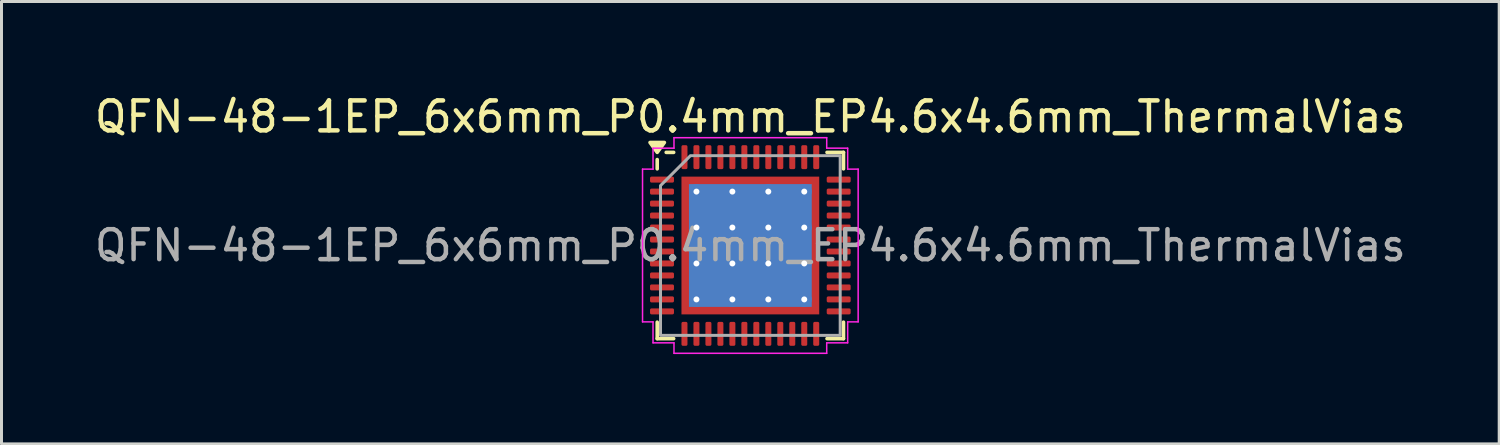
<source format=kicad_pcb>
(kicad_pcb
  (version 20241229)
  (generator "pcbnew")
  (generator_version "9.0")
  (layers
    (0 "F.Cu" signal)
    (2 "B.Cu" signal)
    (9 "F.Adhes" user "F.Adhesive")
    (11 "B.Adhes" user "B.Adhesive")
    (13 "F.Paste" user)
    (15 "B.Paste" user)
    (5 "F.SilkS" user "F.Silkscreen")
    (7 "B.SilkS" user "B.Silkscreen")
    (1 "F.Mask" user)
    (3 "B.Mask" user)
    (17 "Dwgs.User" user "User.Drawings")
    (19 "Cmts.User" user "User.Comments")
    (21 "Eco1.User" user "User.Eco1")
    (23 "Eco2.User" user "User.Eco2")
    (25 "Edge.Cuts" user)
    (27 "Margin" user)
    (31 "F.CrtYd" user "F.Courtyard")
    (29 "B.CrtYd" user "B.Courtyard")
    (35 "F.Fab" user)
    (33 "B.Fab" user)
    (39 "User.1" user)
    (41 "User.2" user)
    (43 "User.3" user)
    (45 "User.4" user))
  (footprint "QFN-48-1EP_6x6mm_P0.4mm_EP4.6x4.6mm_ThermalVias"
    (layer "F.Cu")
    (at 22.006 5.148)
    (property "Reference" "QFN-48-1EP_6x6mm_P0.4mm_EP4.6x4.6mm_ThermalVias" (at 0 -4.3 0) (layer "F.SilkS") (effects (font (size 1 1) (thickness 0.15))))
    (attr smd)
    (fp_line (start -3.11 -2.56) (end -3.11 -2.87) (stroke (width 0.12) (type solid)) (layer "F.SilkS"))
    (fp_line (start -3.11 3.11) (end -3.11 2.56) (stroke (width 0.12) (type solid)) (layer "F.SilkS"))
    (fp_line (start -2.56 -3.11) (end -2.81 -3.11) (stroke (width 0.12) (type solid)) (layer "F.SilkS"))
    (fp_line (start -2.56 3.11) (end -3.11 3.11) (stroke (width 0.12) (type solid)) (layer "F.SilkS"))
    (fp_line (start 2.56 -3.11) (end 3.11 -3.11) (stroke (width 0.12) (type solid)) (layer "F.SilkS"))
    (fp_line (start 2.56 3.11) (end 3.11 3.11) (stroke (width 0.12) (type solid)) (layer "F.SilkS"))
    (fp_line (start 3.11 -3.11) (end 3.11 -2.56) (stroke (width 0.12) (type solid)) (layer "F.SilkS"))
    (fp_line (start 3.11 3.11) (end 3.11 2.56) (stroke (width 0.12) (type solid)) (layer "F.SilkS"))
    (fp_poly (pts (xy -3.11 -3.11) (xy -3.35 -3.44) (xy -2.87 -3.44)) (stroke (width 0.12) (type solid)) (fill yes) (layer "F.SilkS"))
    (fp_line (start -3.6 -2.55) (end -3.25 -2.55) (stroke (width 0.05) (type solid)) (layer "F.CrtYd"))
    (fp_line (start -3.6 2.55) (end -3.6 -2.55) (stroke (width 0.05) (type solid)) (layer "F.CrtYd"))
    (fp_line (start -3.25 -3.25) (end -2.55 -3.25) (stroke (width 0.05) (type solid)) (layer "F.CrtYd"))
    (fp_line (start -3.25 -2.55) (end -3.25 -3.25) (stroke (width 0.05) (type solid)) (layer "F.CrtYd"))
    (fp_line (start -3.25 2.55) (end -3.6 2.55) (stroke (width 0.05) (type solid)) (layer "F.CrtYd"))
    (fp_line (start -3.25 3.25) (end -3.25 2.55) (stroke (width 0.05) (type solid)) (layer "F.CrtYd"))
    (fp_line (start -2.55 -3.6) (end 2.55 -3.6) (stroke (width 0.05) (type solid)) (layer "F.CrtYd"))
    (fp_line (start -2.55 -3.25) (end -2.55 -3.6) (stroke (width 0.05) (type solid)) (layer "F.CrtYd"))
    (fp_line (start -2.55 3.25) (end -3.25 3.25) (stroke (width 0.05) (type solid)) (layer "F.CrtYd"))
    (fp_line (start -2.55 3.6) (end -2.55 3.25) (stroke (width 0.05) (type solid)) (layer "F.CrtYd"))
    (fp_line (start 2.55 -3.6) (end 2.55 -3.25) (stroke (width 0.05) (type solid)) (layer "F.CrtYd"))
    (fp_line (start 2.55 -3.25) (end 3.25 -3.25) (stroke (width 0.05) (type solid)) (layer "F.CrtYd"))
    (fp_line (start 2.55 3.25) (end 2.55 3.6) (stroke (width 0.05) (type solid)) (layer "F.CrtYd"))
    (fp_line (start 2.55 3.6) (end -2.55 3.6) (stroke (width 0.05) (type solid)) (layer "F.CrtYd"))
    (fp_line (start 3.25 -3.25) (end 3.25 -2.55) (stroke (width 0.05) (type solid)) (layer "F.CrtYd"))
    (fp_line (start 3.25 -2.55) (end 3.6 -2.55) (stroke (width 0.05) (type solid)) (layer "F.CrtYd"))
    (fp_line (start 3.25 2.55) (end 3.25 3.25) (stroke (width 0.05) (type solid)) (layer "F.CrtYd"))
    (fp_line (start 3.25 3.25) (end 2.55 3.25) (stroke (width 0.05) (type solid)) (layer "F.CrtYd"))
    (fp_line (start 3.6 -2.55) (end 3.6 2.55) (stroke (width 0.05) (type solid)) (layer "F.CrtYd"))
    (fp_line (start 3.6 2.55) (end 3.25 2.55) (stroke (width 0.05) (type solid)) (layer "F.CrtYd"))
    (fp_poly (pts (xy -3 -2) (xy -3 3) (xy 3 3) (xy 3 -3) (xy -2 -3)) (stroke (width 0.1) (type solid)) (fill no) (layer "F.Fab"))
    (fp_text user "${REFERENCE}" (at 0 0 0) (layer "F.Fab") (effects (font (size 1 1) (thickness 0.15))))
    (pad "" smd roundrect (at -1.53 -1.53) (size 1.24 1.24) (layers "F.Paste") (roundrect_rratio 0.202))
    (pad "" smd roundrect (at -1.53 0) (size 1.24 1.24) (layers "F.Paste") (roundrect_rratio 0.202))
    (pad "" smd roundrect (at -1.53 1.53) (size 1.24 1.24) (layers "F.Paste") (roundrect_rratio 0.202))
    (pad "" smd roundrect (at 0 -1.53) (size 1.24 1.24) (layers "F.Paste") (roundrect_rratio 0.202))
    (pad "" smd roundrect (at 0 0) (size 1.24 1.24) (layers "F.Paste") (roundrect_rratio 0.202))
    (pad "" smd roundrect (at 0 1.53) (size 1.24 1.24) (layers "F.Paste") (roundrect_rratio 0.202))
    (pad "" smd roundrect (at 1.53 -1.53) (size 1.24 1.24) (layers "F.Paste") (roundrect_rratio 0.202))
    (pad "" smd roundrect (at 1.53 0) (size 1.24 1.24) (layers "F.Paste") (roundrect_rratio 0.202))
    (pad "" smd roundrect (at 1.53 1.53) (size 1.24 1.24) (layers "F.Paste") (roundrect_rratio 0.202))
    (pad "1" smd roundrect (at -2.95 -2.2) (size 0.8 0.2) (layers "F.Cu" "F.Mask" "F.Paste") (roundrect_rratio 0.25))
    (pad "2" smd roundrect (at -2.95 -1.8) (size 0.8 0.2) (layers "F.Cu" "F.Mask" "F.Paste") (roundrect_rratio 0.25))
    (pad "3" smd roundrect (at -2.95 -1.4) (size 0.8 0.2) (layers "F.Cu" "F.Mask" "F.Paste") (roundrect_rratio 0.25))
    (pad "4" smd roundrect (at -2.95 -1) (size 0.8 0.2) (layers "F.Cu" "F.Mask" "F.Paste") (roundrect_rratio 0.25))
    (pad "5" smd roundrect (at -2.95 -0.6) (size 0.8 0.2) (layers "F.Cu" "F.Mask" "F.Paste") (roundrect_rratio 0.25))
    (pad "6" smd roundrect (at -2.95 -0.2) (size 0.8 0.2) (layers "F.Cu" "F.Mask" "F.Paste") (roundrect_rratio 0.25))
    (pad "7" smd roundrect (at -2.95 0.2) (size 0.8 0.2) (layers "F.Cu" "F.Mask" "F.Paste") (roundrect_rratio 0.25))
    (pad "8" smd roundrect (at -2.95 0.6) (size 0.8 0.2) (layers "F.Cu" "F.Mask" "F.Paste") (roundrect_rratio 0.25))
    (pad "9" smd roundrect (at -2.95 1) (size 0.8 0.2) (layers "F.Cu" "F.Mask" "F.Paste") (roundrect_rratio 0.25))
    (pad "10" smd roundrect (at -2.95 1.4) (size 0.8 0.2) (layers "F.Cu" "F.Mask" "F.Paste") (roundrect_rratio 0.25))
    (pad "11" smd roundrect (at -2.95 1.8) (size 0.8 0.2) (layers "F.Cu" "F.Mask" "F.Paste") (roundrect_rratio 0.25))
    (pad "12" smd roundrect (at -2.95 2.2) (size 0.8 0.2) (layers "F.Cu" "F.Mask" "F.Paste") (roundrect_rratio 0.25))
    (pad "13" smd roundrect (at -2.2 2.95) (size 0.2 0.8) (layers "F.Cu" "F.Mask" "F.Paste") (roundrect_rratio 0.25))
    (pad "14" smd roundrect (at -1.8 2.95) (size 0.2 0.8) (layers "F.Cu" "F.Mask" "F.Paste") (roundrect_rratio 0.25))
    (pad "15" smd roundrect (at -1.4 2.95) (size 0.2 0.8) (layers "F.Cu" "F.Mask" "F.Paste") (roundrect_rratio 0.25))
    (pad "16" smd roundrect (at -1 2.95) (size 0.2 0.8) (layers "F.Cu" "F.Mask" "F.Paste") (roundrect_rratio 0.25))
    (pad "17" smd roundrect (at -0.6 2.95) (size 0.2 0.8) (layers "F.Cu" "F.Mask" "F.Paste") (roundrect_rratio 0.25))
    (pad "18" smd roundrect (at -0.2 2.95) (size 0.2 0.8) (layers "F.Cu" "F.Mask" "F.Paste") (roundrect_rratio 0.25))
    (pad "19" smd roundrect (at 0.2 2.95) (size 0.2 0.8) (layers "F.Cu" "F.Mask" "F.Paste") (roundrect_rratio 0.25))
    (pad "20" smd roundrect (at 0.6 2.95) (size 0.2 0.8) (layers "F.Cu" "F.Mask" "F.Paste") (roundrect_rratio 0.25))
    (pad "21" smd roundrect (at 1 2.95) (size 0.2 0.8) (layers "F.Cu" "F.Mask" "F.Paste") (roundrect_rratio 0.25))
    (pad "22" smd roundrect (at 1.4 2.95) (size 0.2 0.8) (layers "F.Cu" "F.Mask" "F.Paste") (roundrect_rratio 0.25))
    (pad "23" smd roundrect (at 1.8 2.95) (size 0.2 0.8) (layers "F.Cu" "F.Mask" "F.Paste") (roundrect_rratio 0.25))
    (pad "24" smd roundrect (at 2.2 2.95) (size 0.2 0.8) (layers "F.Cu" "F.Mask" "F.Paste") (roundrect_rratio 0.25))
    (pad "25" smd roundrect (at 2.95 2.2) (size 0.8 0.2) (layers "F.Cu" "F.Mask" "F.Paste") (roundrect_rratio 0.25))
    (pad "26" smd roundrect (at 2.95 1.8) (size 0.8 0.2) (layers "F.Cu" "F.Mask" "F.Paste") (roundrect_rratio 0.25))
    (pad "27" smd roundrect (at 2.95 1.4) (size 0.8 0.2) (layers "F.Cu" "F.Mask" "F.Paste") (roundrect_rratio 0.25))
    (pad "28" smd roundrect (at 2.95 1) (size 0.8 0.2) (layers "F.Cu" "F.Mask" "F.Paste") (roundrect_rratio 0.25))
    (pad "29" smd roundrect (at 2.95 0.6) (size 0.8 0.2) (layers "F.Cu" "F.Mask" "F.Paste") (roundrect_rratio 0.25))
    (pad "30" smd roundrect (at 2.95 0.2) (size 0.8 0.2) (layers "F.Cu" "F.Mask" "F.Paste") (roundrect_rratio 0.25))
    (pad "31" smd roundrect (at 2.95 -0.2) (size 0.8 0.2) (layers "F.Cu" "F.Mask" "F.Paste") (roundrect_rratio 0.25))
    (pad "32" smd roundrect (at 2.95 -0.6) (size 0.8 0.2) (layers "F.Cu" "F.Mask" "F.Paste") (roundrect_rratio 0.25))
    (pad "33" smd roundrect (at 2.95 -1) (size 0.8 0.2) (layers "F.Cu" "F.Mask" "F.Paste") (roundrect_rratio 0.25))
    (pad "34" smd roundrect (at 2.95 -1.4) (size 0.8 0.2) (layers "F.Cu" "F.Mask" "F.Paste") (roundrect_rratio 0.25))
    (pad "35" smd roundrect (at 2.95 -1.8) (size 0.8 0.2) (layers "F.Cu" "F.Mask" "F.Paste") (roundrect_rratio 0.25))
    (pad "36" smd roundrect (at 2.95 -2.2) (size 0.8 0.2) (layers "F.Cu" "F.Mask" "F.Paste") (roundrect_rratio 0.25))
    (pad "37" smd roundrect (at 2.2 -2.95) (size 0.2 0.8) (layers "F.Cu" "F.Mask" "F.Paste") (roundrect_rratio 0.25))
    (pad "38" smd roundrect (at 1.8 -2.95) (size 0.2 0.8) (layers "F.Cu" "F.Mask" "F.Paste") (roundrect_rratio 0.25))
    (pad "39" smd roundrect (at 1.4 -2.95) (size 0.2 0.8) (layers "F.Cu" "F.Mask" "F.Paste") (roundrect_rratio 0.25))
    (pad "40" smd roundrect (at 1 -2.95) (size 0.2 0.8) (layers "F.Cu" "F.Mask" "F.Paste") (roundrect_rratio 0.25))
    (pad "41" smd roundrect (at 0.6 -2.95) (size 0.2 0.8) (layers "F.Cu" "F.Mask" "F.Paste") (roundrect_rratio 0.25))
    (pad "42" smd roundrect (at 0.2 -2.95) (size 0.2 0.8) (layers "F.Cu" "F.Mask" "F.Paste") (roundrect_rratio 0.25))
    (pad "43" smd roundrect (at -0.2 -2.95) (size 0.2 0.8) (layers "F.Cu" "F.Mask" "F.Paste") (roundrect_rratio 0.25))
    (pad "44" smd roundrect (at -0.6 -2.95) (size 0.2 0.8) (layers "F.Cu" "F.Mask" "F.Paste") (roundrect_rratio 0.25))
    (pad "45" smd roundrect (at -1 -2.95) (size 0.2 0.8) (layers "F.Cu" "F.Mask" "F.Paste") (roundrect_rratio 0.25))
    (pad "46" smd roundrect (at -1.4 -2.95) (size 0.2 0.8) (layers "F.Cu" "F.Mask" "F.Paste") (roundrect_rratio 0.25))
    (pad "47" smd roundrect (at -1.8 -2.95) (size 0.2 0.8) (layers "F.Cu" "F.Mask" "F.Paste") (roundrect_rratio 0.25))
    (pad "48" smd roundrect (at -2.2 -2.95) (size 0.2 0.8) (layers "F.Cu" "F.Mask" "F.Paste") (roundrect_rratio 0.25))
    (pad "49" thru_hole circle (at -1.8 -1.8) (size 0.5 0.5) (drill 0.2) (property pad_prop_heatsink) (layers "*.Cu"))
    (pad "49" thru_hole circle (at -1.8 -0.6) (size 0.5 0.5) (drill 0.2) (property pad_prop_heatsink) (layers "*.Cu"))
    (pad "49" thru_hole circle (at -1.8 0.6) (size 0.5 0.5) (drill 0.2) (property pad_prop_heatsink) (layers "*.Cu"))
    (pad "49" thru_hole circle (at -1.8 1.8) (size 0.5 0.5) (drill 0.2) (property pad_prop_heatsink) (layers "*.Cu"))
    (pad "49" thru_hole circle (at -0.6 -1.8) (size 0.5 0.5) (drill 0.2) (property pad_prop_heatsink) (layers "*.Cu"))
    (pad "49" thru_hole circle (at -0.6 -0.6) (size 0.5 0.5) (drill 0.2) (property pad_prop_heatsink) (layers "*.Cu"))
    (pad "49" thru_hole circle (at -0.6 0.6) (size 0.5 0.5) (drill 0.2) (property pad_prop_heatsink) (layers "*.Cu"))
    (pad "49" thru_hole circle (at -0.6 1.8) (size 0.5 0.5) (drill 0.2) (property pad_prop_heatsink) (layers "*.Cu"))
    (pad "49" smd rect (at 0 0) (size 4.1 4.1) (property pad_prop_heatsink) (layers "B.Cu"))
    (pad "49" smd rect (at 0 0) (size 4.6 4.6) (property pad_prop_heatsink) (layers "F.Cu" "F.Mask"))
    (pad "49" thru_hole circle (at 0.6 -1.8) (size 0.5 0.5) (drill 0.2) (property pad_prop_heatsink) (layers "*.Cu"))
    (pad "49" thru_hole circle (at 0.6 -0.6) (size 0.5 0.5) (drill 0.2) (property pad_prop_heatsink) (layers "*.Cu"))
    (pad "49" thru_hole circle (at 0.6 0.6) (size 0.5 0.5) (drill 0.2) (property pad_prop_heatsink) (layers "*.Cu"))
    (pad "49" thru_hole circle (at 0.6 1.8) (size 0.5 0.5) (drill 0.2) (property pad_prop_heatsink) (layers "*.Cu"))
    (pad "49" thru_hole circle (at 1.8 -1.8) (size 0.5 0.5) (drill 0.2) (property pad_prop_heatsink) (layers "*.Cu"))
    (pad "49" thru_hole circle (at 1.8 -0.6) (size 0.5 0.5) (drill 0.2) (property pad_prop_heatsink) (layers "*.Cu"))
    (pad "49" thru_hole circle (at 1.8 0.6) (size 0.5 0.5) (drill 0.2) (property pad_prop_heatsink) (layers "*.Cu"))
    (pad "49" thru_hole circle (at 1.8 1.8) (size 0.5 0.5) (drill 0.2) (property pad_prop_heatsink) (layers "*.Cu")))
  (gr_rect
    (start -3 -3)
    (end 47.012 11.773)
    (stroke (width 0.1) (type default))
    (fill no)
    (layer "Edge.Cuts")))
</source>
